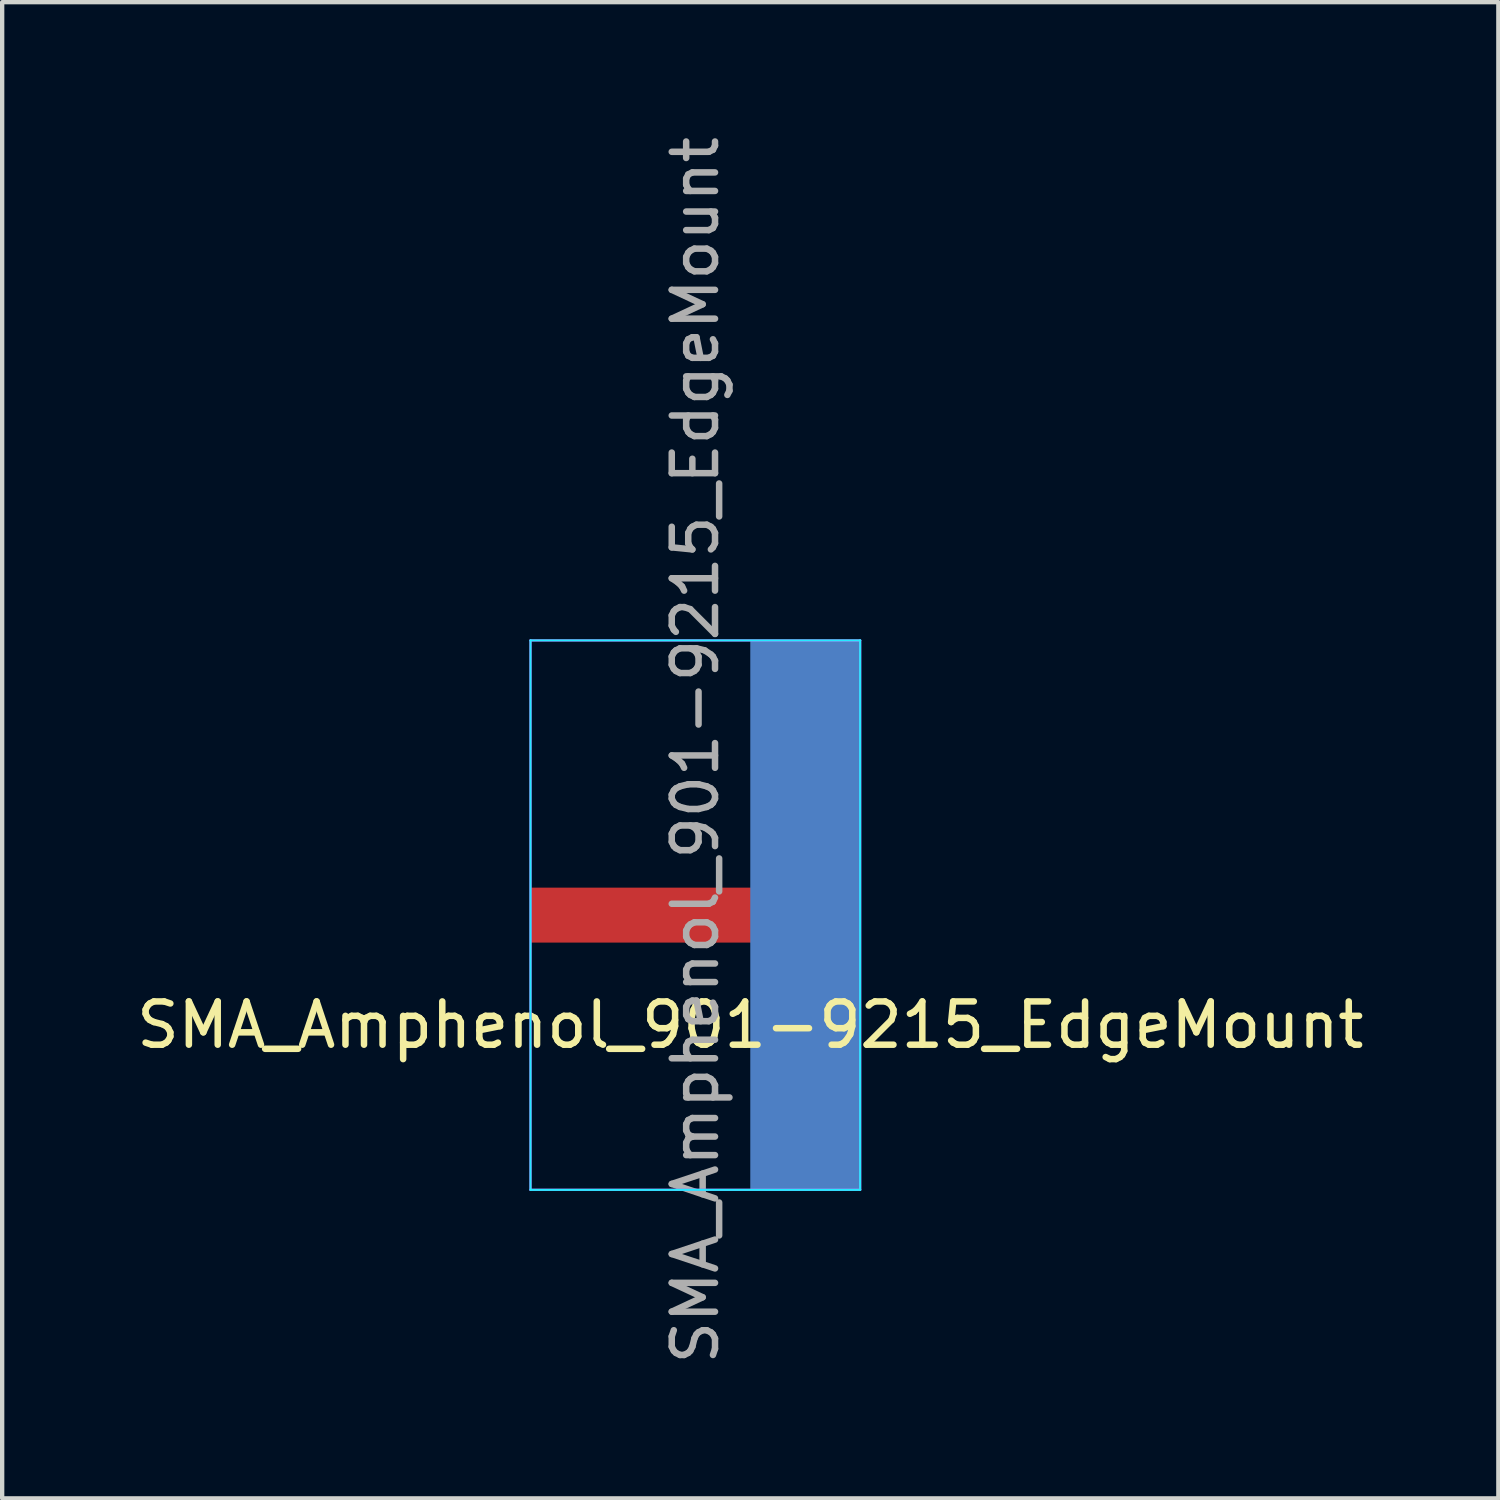
<source format=kicad_pcb>
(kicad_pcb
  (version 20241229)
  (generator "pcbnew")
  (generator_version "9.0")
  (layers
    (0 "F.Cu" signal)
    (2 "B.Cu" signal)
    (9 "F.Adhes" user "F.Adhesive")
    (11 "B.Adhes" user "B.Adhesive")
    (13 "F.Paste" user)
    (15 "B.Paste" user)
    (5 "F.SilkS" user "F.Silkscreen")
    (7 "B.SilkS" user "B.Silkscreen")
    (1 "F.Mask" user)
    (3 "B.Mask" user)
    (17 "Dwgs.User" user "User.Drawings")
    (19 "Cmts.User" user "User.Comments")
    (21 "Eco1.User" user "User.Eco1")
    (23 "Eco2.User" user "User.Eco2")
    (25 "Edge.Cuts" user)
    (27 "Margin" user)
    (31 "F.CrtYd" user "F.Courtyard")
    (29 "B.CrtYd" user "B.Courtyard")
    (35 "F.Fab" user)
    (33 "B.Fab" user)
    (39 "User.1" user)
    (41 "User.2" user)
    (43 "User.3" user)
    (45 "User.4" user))
  (footprint "SMA_Amphenol_901-9215_EdgeMount"
    (layer "F.Cu")
    (at 11.752 18.102)
    (property "Reference" "SMA_Amphenol_901-9215_EdgeMount" (at 2.54 2.54 180) (layer "F.SilkS") (effects (font (size 1 1) (thickness 0.15))))
    (attr smd)
    (fp_line (start -2.54 6.35) (end -2.54 -6.35) (stroke (width 0.05) (type solid)) (layer "B.CrtYd"))
    (fp_line (start 5.08 -6.35) (end -2.54 -6.35) (stroke (width 0.05) (type solid)) (layer "B.CrtYd"))
    (fp_line (start 5.08 -6.35) (end 5.08 6.35) (stroke (width 0.05) (type solid)) (layer "B.CrtYd"))
    (fp_line (start 5.08 6.35) (end -2.54 6.35) (stroke (width 0.05) (type solid)) (layer "B.CrtYd"))
    (fp_line (start -2.54 6.35) (end -2.54 -6.35) (stroke (width 0.05) (type solid)) (layer "F.CrtYd"))
    (fp_line (start 5.08 -6.35) (end -2.54 -6.35) (stroke (width 0.05) (type solid)) (layer "F.CrtYd"))
    (fp_line (start 5.08 -6.35) (end 5.08 6.35) (stroke (width 0.05) (type solid)) (layer "F.CrtYd"))
    (fp_line (start 5.08 6.35) (end -2.54 6.35) (stroke (width 0.05) (type solid)) (layer "F.CrtYd"))
    (fp_text user "${REFERENCE}" (at 1.27 -3.81 270) (layer "F.Fab") (effects (font (size 1 1) (thickness 0.15))))
    (pad "1" smd rect (at 1.27 0 90) (size 1.27 7.62) (layers "F.Cu" "F.Mask" "F.Paste"))
    (pad "2" smd rect (at 3.81 0 180) (size 2.54 12.7) (layers "B.Cu" "B.Mask" "B.Paste")))
  (gr_rect
    (start -3 -3)
    (end 31.583 31.583)
    (stroke (width 0.1) (type default))
    (fill no)
    (layer "Edge.Cuts")))
</source>
